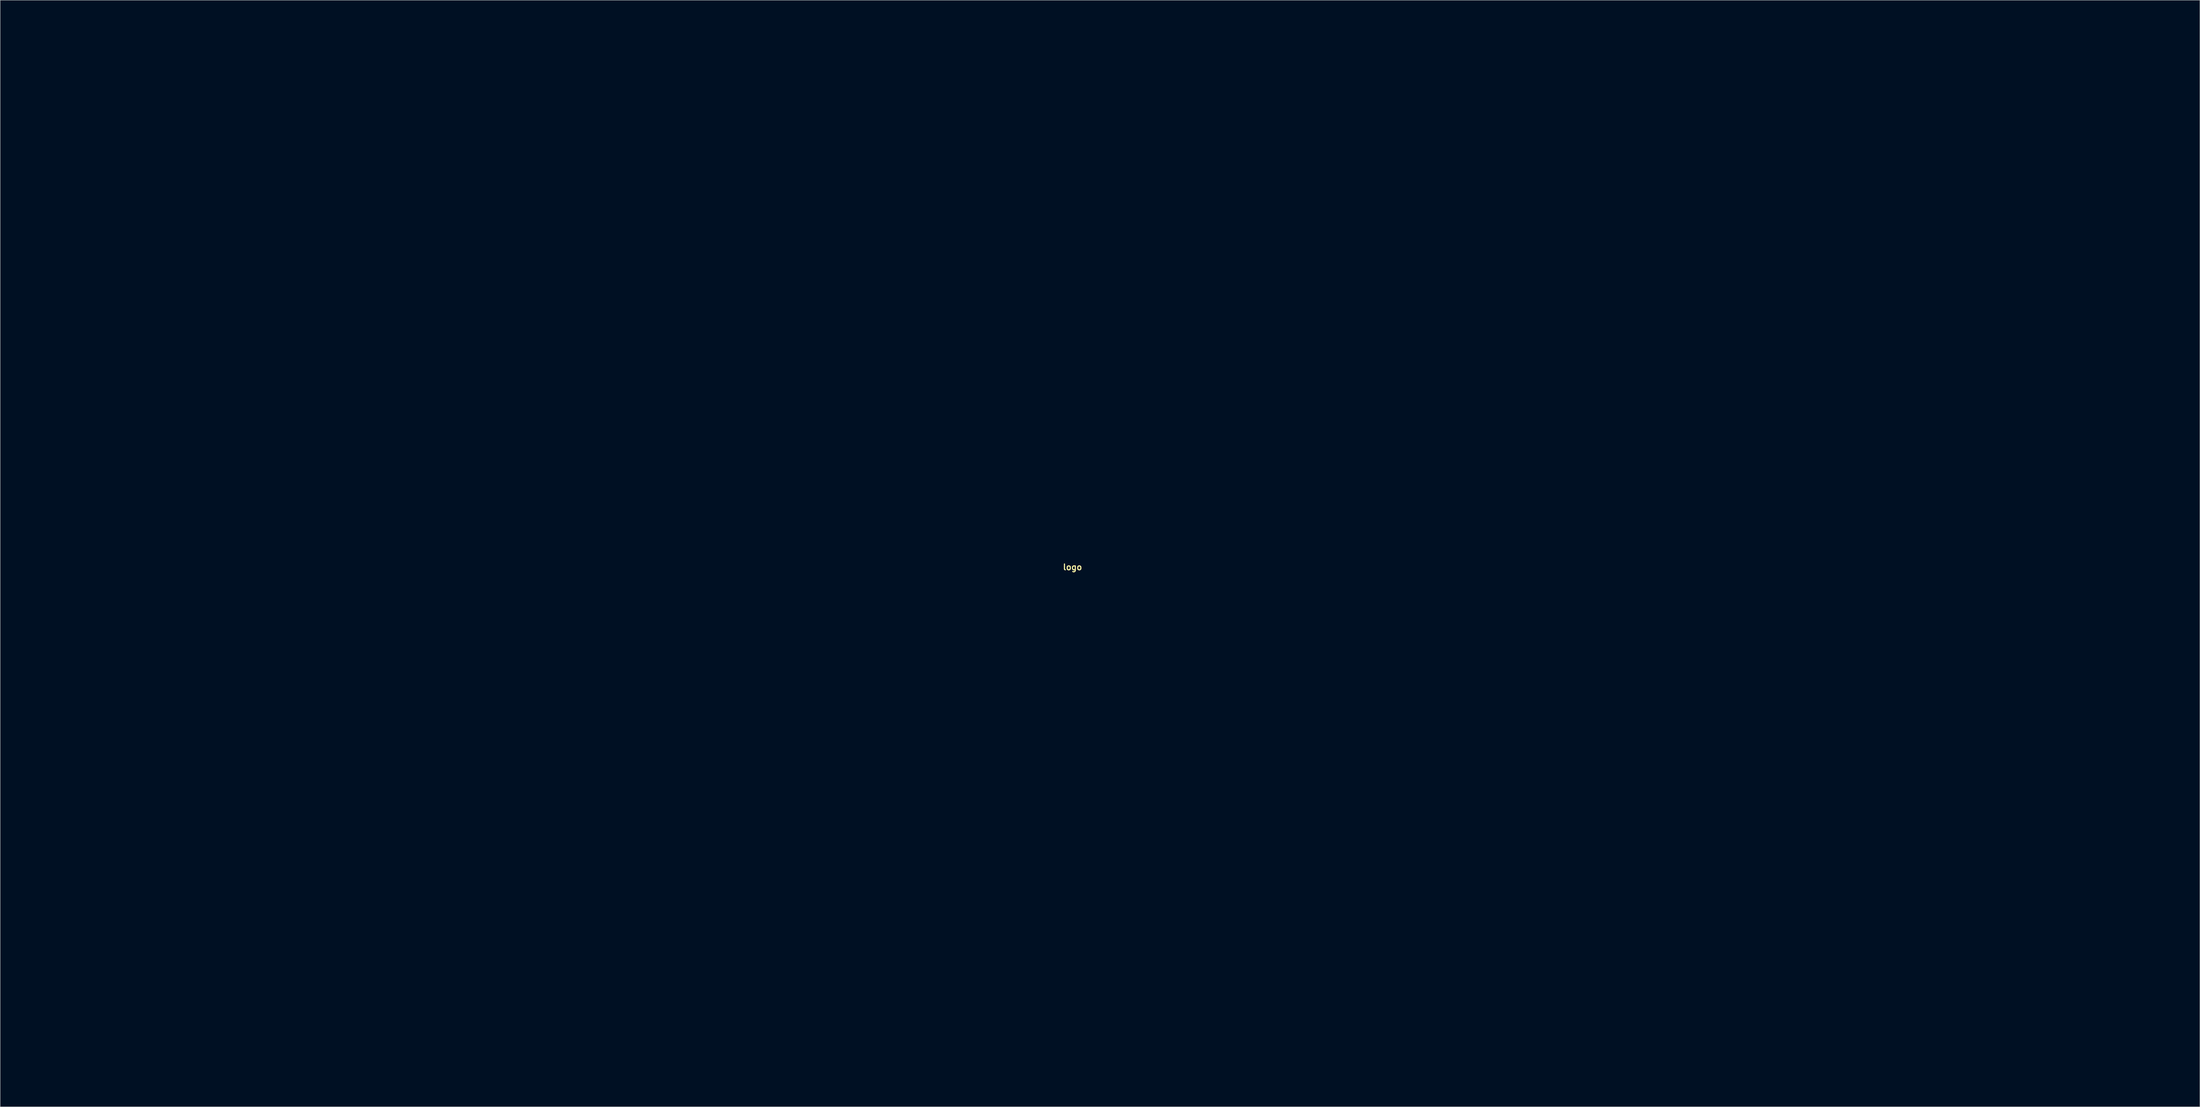
<source format=kicad_pcb>
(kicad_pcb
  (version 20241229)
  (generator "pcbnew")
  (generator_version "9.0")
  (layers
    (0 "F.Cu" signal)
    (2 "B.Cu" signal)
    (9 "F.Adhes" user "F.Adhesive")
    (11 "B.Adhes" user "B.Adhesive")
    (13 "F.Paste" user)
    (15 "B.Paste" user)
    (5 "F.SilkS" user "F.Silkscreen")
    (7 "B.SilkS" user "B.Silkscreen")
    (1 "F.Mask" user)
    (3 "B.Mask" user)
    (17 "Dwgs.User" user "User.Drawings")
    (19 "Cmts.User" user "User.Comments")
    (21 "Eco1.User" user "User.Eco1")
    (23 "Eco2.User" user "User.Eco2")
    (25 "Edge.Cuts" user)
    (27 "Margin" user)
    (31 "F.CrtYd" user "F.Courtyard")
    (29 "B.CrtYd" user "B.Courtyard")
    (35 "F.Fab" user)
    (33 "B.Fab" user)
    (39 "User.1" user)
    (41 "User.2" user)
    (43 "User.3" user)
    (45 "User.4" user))
  (footprint "logo"
    (layer "F.Cu")
    (at 277.34 145.252)
    (property "Reference" "logo" (at 0 0 0) (layer "F.SilkS") (effects (font (size 1.524 1.524) (thickness 0.3))))
    (attr through_hole)
    (fp_poly (pts (xy 104.614 -145.242) (xy 108.959 -145.208) (xy 113.069 -145.146) (xy 116.874 -145.054) (xy 120.305 -144.933) (xy 123.063 -144.796) (xy 130.473 -144.323) (xy 137.45 -143.796) (xy 144.066 -143.208) (xy 150.396 -142.549) (xy 156.511 -141.811) (xy 162.485 -140.984) (xy 168.391 -140.061) (xy 174.301 -139.031) (xy 180.086 -137.927) (xy 189.682 -135.869) (xy 198.897 -133.579) (xy 207.724 -131.062) (xy 216.157 -128.321) (xy 224.189 -125.36) (xy 231.812 -122.183) (xy 239.019 -118.792) (xy 245.805 -115.192) (xy 252.16 -111.386) (xy 258.08 -107.378) (xy 263.556 -103.171) (xy 268.581 -98.769) (xy 273.149 -94.175) (xy 277.253 -89.393) (xy 278.54 -87.725) (xy 281.788 -83.053) (xy 284.553 -78.31) (xy 286.863 -73.436) (xy 288.742 -68.369) (xy 290.216 -63.052) (xy 291.127 -58.547) (xy 291.421 -56.329) (xy 291.619 -53.746) (xy 291.722 -50.929) (xy 291.728 -48.012) (xy 291.638 -45.128) (xy 291.453 -42.409) (xy 291.171 -39.988) (xy 291.135 -39.751) (xy 289.941 -33.7) (xy 288.245 -27.645) (xy 286.045 -21.584) (xy 283.341 -15.514) (xy 280.132 -9.433) (xy 276.417 -3.337) (xy 275.717 -2.273) (xy 274.953 -1.152) (xy 274.014 0.178) (xy 272.964 1.632) (xy 271.863 3.129) (xy 270.776 4.583) (xy 269.763 5.912) (xy 268.887 7.032) (xy 268.21 7.86) (xy 267.974 8.128) (xy 267.44 8.731) (xy 266.71 9.578) (xy 265.91 10.524) (xy 265.597 10.899) (xy 263.679 13.169) (xy 261.785 15.326) (xy 259.85 17.439) (xy 257.807 19.575) (xy 255.592 21.803) (xy 253.139 24.191) (xy 250.381 26.806) (xy 249.258 27.857) (xy 247.673 29.317) (xy 245.972 30.854) (xy 244.217 32.412) (xy 242.472 33.936) (xy 240.802 35.373) (xy 239.268 36.667) (xy 237.935 37.763) (xy 236.866 38.608) (xy 236.302 39.025) (xy 235.711 39.453) (xy 234.798 40.131) (xy 233.644 40.998) (xy 232.328 41.992) (xy 230.932 43.053) (xy 229.534 44.119) (xy 228.216 45.129) (xy 227.058 46.023) (xy 226.14 46.739) (xy 225.676 47.108) (xy 225.13 47.52) (xy 224.23 48.167) (xy 223.046 49) (xy 221.646 49.972) (xy 220.101 51.033) (xy 218.477 52.136) (xy 218.386 52.197) (xy 216.766 53.292) (xy 215.223 54.336) (xy 213.824 55.283) (xy 212.638 56.087) (xy 211.732 56.703) (xy 211.174 57.084) (xy 211.15 57.1) (xy 210.105 57.797) (xy 208.695 58.702) (xy 206.996 59.77) (xy 205.081 60.955) (xy 203.027 62.211) (xy 200.908 63.492) (xy 198.798 64.752) (xy 196.773 65.945) (xy 195.954 66.422) (xy 192.897 68.178) (xy 189.946 69.838) (xy 187.016 71.447) (xy 184.022 73.048) (xy 180.878 74.689) (xy 177.501 76.413) (xy 173.804 78.265) (xy 170.942 79.682) (xy 168.344 80.961) (xy 166.142 82.042) (xy 164.278 82.952) (xy 162.694 83.718) (xy 161.332 84.367) (xy 160.132 84.927) (xy 159.038 85.426) (xy 157.989 85.891) (xy 156.929 86.349) (xy 155.798 86.827) (xy 155.067 87.133) (xy 153.657 87.736) (xy 152.08 88.435) (xy 150.603 89.109) (xy 150.114 89.338) (xy 149.127 89.793) (xy 147.84 90.364) (xy 146.335 91.018) (xy 144.691 91.723) (xy 142.988 92.443) (xy 141.306 93.146) (xy 139.726 93.799) (xy 138.326 94.366) (xy 137.188 94.816) (xy 136.39 95.115) (xy 136.125 95.202) (xy 135.644 95.367) (xy 134.739 95.701) (xy 133.46 96.185) (xy 131.855 96.8) (xy 129.973 97.528) (xy 127.863 98.349) (xy 125.573 99.245) (xy 123.153 100.197) (xy 121.539 100.834) (xy 120.278 101.315) (xy 118.625 101.918) (xy 116.673 102.613) (xy 114.514 103.367) (xy 112.24 104.149) (xy 109.943 104.926) (xy 107.716 105.668) (xy 105.651 106.343) (xy 103.84 106.919) (xy 103.378 107.062) (xy 101.862 107.535) (xy 100.468 107.981) (xy 99.285 108.369) (xy 98.406 108.671) (xy 97.921 108.857) (xy 97.917 108.859) (xy 97.236 109.127) (xy 96.124 109.511) (xy 94.642 109.992) (xy 92.85 110.554) (xy 90.808 111.178) (xy 88.577 111.847) (xy 86.215 112.543) (xy 83.784 113.249) (xy 81.342 113.947) (xy 78.952 114.619) (xy 76.671 115.247) (xy 74.561 115.815) (xy 72.682 116.303) (xy 72.009 116.473) (xy 70.506 116.853) (xy 69.167 117.203) (xy 68.073 117.502) (xy 67.304 117.728) (xy 66.941 117.858) (xy 66.929 117.865) (xy 66.618 117.977) (xy 65.871 118.192) (xy 64.746 118.494) (xy 63.301 118.871) (xy 61.593 119.307) (xy 59.682 119.787) (xy 57.624 120.298) (xy 55.478 120.825) (xy 53.303 121.353) (xy 51.155 121.867) (xy 49.094 122.354) (xy 47.244 122.783) (xy 44.531 123.394) (xy 41.587 124.036) (xy 38.463 124.7) (xy 35.208 125.375) (xy 31.873 126.054) (xy 28.506 126.725) (xy 25.158 127.379) (xy 21.879 128.008) (xy 18.719 128.601) (xy 15.727 129.15) (xy 12.953 129.644) (xy 10.447 130.074) (xy 8.258 130.43) (xy 6.437 130.704) (xy 5.034 130.885) (xy 4.424 130.944) (xy 3.668 131.023) (xy 2.558 131.163) (xy 1.243 131.345) (xy -0.128 131.549) (xy -0.148 131.552) (xy -5.663 132.362) (xy -11.564 133.154) (xy -17.728 133.915) (xy -24.032 134.63) (xy -30.354 135.286) (xy -36.571 135.869) (xy -42.562 136.366) (xy -44.577 136.516) (xy -46.397 136.651) (xy -48.255 136.794) (xy -50.014 136.935) (xy -51.539 137.063) (xy -52.695 137.166) (xy -52.705 137.167) (xy -54.96 137.349) (xy -57.662 137.513) (xy -60.749 137.659) (xy -64.159 137.785) (xy -67.831 137.891) (xy -71.704 137.975) (xy -75.716 138.035) (xy -79.807 138.073) (xy -83.914 138.085) (xy -87.976 138.071) (xy -91.931 138.03) (xy -95.719 137.961) (xy -97.282 137.923) (xy -99.535 137.857) (xy -101.907 137.777) (xy -104.273 137.689) (xy -106.505 137.598) (xy -108.475 137.507) (xy -109.982 137.427) (xy -111.971 137.314) (xy -114.214 137.189) (xy -116.496 137.066) (xy -118.605 136.955) (xy -119.634 136.902) (xy -124.574 136.589) (xy -129.829 136.138) (xy -135.327 135.559) (xy -141.001 134.864) (xy -146.781 134.065) (xy -152.598 133.173) (xy -158.383 132.201) (xy -164.067 131.158) (xy -169.58 130.058) (xy -174.854 128.912) (xy -179.819 127.731) (xy -184.407 126.526) (xy -188.087 125.453) (xy -194.383 123.474) (xy -200.188 121.566) (xy -205.515 119.725) (xy -210.374 117.945) (xy -214.778 116.223) (xy -218.739 114.553) (xy -222.269 112.931) (xy -225.378 111.353) (xy -227.584 110.112) (xy -228.541 109.552) (xy -229.717 108.875) (xy -231.014 108.135) (xy -232.334 107.388) (xy -233.581 106.689) (xy -234.657 106.091) (xy -235.464 105.652) (xy -235.839 105.456) (xy -236.493 105.089) (xy -237.473 104.483) (xy -238.692 103.698) (xy -240.062 102.791) (xy -241.498 101.82) (xy -242.912 100.844) (xy -244.217 99.921) (xy -245.326 99.108) (xy -245.364 99.08) (xy -250.045 95.355) (xy -254.419 91.465) (xy -258.435 87.46) (xy -262.046 83.388) (xy -265.201 79.299) (xy -265.321 79.131) (xy -267.826 75.328) (xy -270.087 71.356) (xy -272.059 67.309) (xy -273.699 63.281) (xy -274.963 59.365) (xy -275.429 57.531) (xy -275.691 56.384) (xy -276.004 55.018) (xy -276.302 53.712) (xy -276.329 53.594) (xy -276.77 51.341) (xy -277.08 48.97) (xy -277.266 46.385) (xy -277.335 43.491) (xy -277.313 41.608) (xy -269.946 41.608) (xy -269.643 47.051) (xy -268.847 52.411) (xy -267.558 57.681) (xy -265.778 62.856) (xy -263.505 67.928) (xy -260.74 72.892) (xy -257.483 77.742) (xy -254.596 81.447) (xy -252.115 84.261) (xy -249.257 87.188) (xy -246.11 90.146) (xy -242.767 93.054) (xy -239.319 95.829) (xy -235.855 98.39) (xy -235.54 98.611) (xy -229.584 102.512) (xy -223.175 106.21) (xy -216.329 109.703) (xy -209.06 112.985) (xy -201.385 116.051) (xy -193.317 118.898) (xy -184.873 121.522) (xy -176.067 123.917) (xy -166.915 126.08) (xy -157.432 128.006) (xy -147.634 129.691) (xy -137.535 131.131) (xy -127.15 132.32) (xy -116.496 133.256) (xy -113.538 133.466) (xy -110.793 133.639) (xy -107.718 133.807) (xy -104.438 133.967) (xy -101.077 134.114) (xy -97.763 134.241) (xy -94.618 134.344) (xy -91.768 134.417) (xy -90.043 134.448) (xy -88.492 134.471) (xy -87.007 134.496) (xy -85.712 134.522) (xy -84.727 134.546) (xy -84.328 134.558) (xy -83.774 134.563) (xy -82.774 134.557) (xy -81.39 134.541) (xy -79.684 134.514) (xy -77.719 134.479) (xy -75.555 134.437) (xy -73.256 134.388) (xy -72.263 134.365) (xy -57.54 133.851) (xy -43.069 132.982) (xy -28.726 131.747) (xy -14.391 130.135) (xy 0.061 128.136) (xy 4.318 127.478) (xy 18.024 125.155) (xy 31.609 122.545) (xy 45.055 119.656) (xy 58.34 116.495) (xy 71.448 113.071) (xy 84.356 109.391) (xy 97.048 105.462) (xy 109.502 101.293) (xy 121.7 96.891) (xy 133.622 92.265) (xy 145.249 87.422) (xy 156.562 82.369) (xy 167.541 77.115) (xy 178.167 71.667) (xy 188.42 66.033) (xy 198.281 60.222) (xy 207.731 54.24) (xy 216.75 48.095) (xy 225.319 41.796) (xy 233.299 35.449) (xy 236.497 32.739) (xy 239.799 29.825) (xy 243.122 26.786) (xy 246.381 23.704) (xy 249.493 20.657) (xy 252.373 17.726) (xy 254.937 14.99) (xy 255.4 14.478) (xy 260.528 8.504) (xy 265.152 2.553) (xy 269.274 -3.382) (xy 272.897 -9.307) (xy 276.026 -15.225) (xy 278.661 -21.144) (xy 280.807 -27.068) (xy 282.466 -33.003) (xy 283.614 -38.783) (xy 283.812 -40.37) (xy 283.97 -42.333) (xy 284.088 -44.541) (xy 284.16 -46.862) (xy 284.183 -49.165) (xy 284.156 -51.32) (xy 284.073 -53.195) (xy 283.996 -54.132) (xy 283.183 -59.575) (xy 281.885 -64.885) (xy 280.112 -70.056) (xy 277.868 -75.084) (xy 275.162 -79.966) (xy 272 -84.696) (xy 268.391 -89.271) (xy 264.34 -93.686) (xy 259.856 -97.937) (xy 254.945 -102.019) (xy 249.614 -105.928) (xy 243.871 -109.661) (xy 237.723 -113.211) (xy 231.177 -116.576) (xy 224.241 -119.75) (xy 216.92 -122.73) (xy 209.224 -125.512) (xy 201.158 -128.089) (xy 192.729 -130.46) (xy 183.946 -132.618) (xy 174.816 -134.561) (xy 165.344 -136.282) (xy 155.54 -137.779) (xy 145.409 -139.047) (xy 143.002 -139.309) (xy 133.077 -140.222) (xy 122.774 -140.906) (xy 112.17 -141.359) (xy 101.341 -141.58) (xy 90.364 -141.568) (xy 79.314 -141.321) (xy 68.268 -140.839) (xy 63.754 -140.572) (xy 48.309 -139.377) (xy 32.799 -137.754) (xy 17.262 -135.714) (xy 1.734 -133.264) (xy -13.747 -130.415) (xy -29.145 -127.175) (xy -44.423 -123.552) (xy -59.545 -119.557) (xy -74.473 -115.198) (xy -89.17 -110.485) (xy -103.6 -105.425) (xy -117.726 -100.029) (xy -131.512 -94.305) (xy -139.658 -90.692) (xy -149.766 -85.947) (xy -159.561 -81.045) (xy -169.029 -75.996) (xy -178.158 -70.811) (xy -186.933 -65.498) (xy -195.343 -60.068) (xy -203.372 -54.532) (xy -211.008 -48.899) (xy -218.238 -43.179) (xy -225.047 -37.383) (xy -231.423 -31.521) (xy -237.352 -25.602) (xy -242.821 -19.637) (xy -247.817 -13.635) (xy -252.325 -7.608) (xy -254.655 -4.191) (xy -258.289 1.695) (xy -261.431 7.547) (xy -264.081 13.359) (xy -266.239 19.126) (xy -267.904 24.84) (xy -269.077 30.496) (xy -269.758 36.088) (xy -269.946 41.608) (xy -277.313 41.608) (xy -277.298 40.318) (xy -276.991 35.193) (xy -276.324 30.176) (xy -275.282 25.208) (xy -273.847 20.228) (xy -272.003 15.176) (xy -269.734 9.993) (xy -267.999 6.477) (xy -264.515 0.211) (xy -260.525 -6.029) (xy -256.029 -12.244) (xy -251.028 -18.433) (xy -245.522 -24.594) (xy -239.512 -30.727) (xy -232.998 -36.831) (xy -225.982 -42.906) (xy -218.465 -48.951) (xy -217.551 -49.657) (xy -209.454 -55.659) (xy -200.882 -61.567) (xy -191.862 -67.367) (xy -182.423 -73.044) (xy -172.591 -78.582) (xy -162.393 -83.967) (xy -151.858 -89.183) (xy -141.011 -94.215) (xy -129.881 -99.049) (xy -121.793 -102.363) (xy -106.984 -108.036) (xy -91.852 -113.345) (xy -76.44 -118.281) (xy -60.789 -122.836) (xy -44.942 -126.999) (xy -28.939 -130.762) (xy -12.823 -134.115) (xy 3.364 -137.05) (xy 19.581 -139.557) (xy 35.786 -141.627) (xy 51.937 -143.251) (xy 67.992 -144.419) (xy 69.723 -144.517) (xy 73.449 -144.701) (xy 77.496 -144.859) (xy 81.794 -144.991) (xy 86.273 -145.096) (xy 90.864 -145.174) (xy 95.497 -145.224) (xy 100.104 -145.247) (xy 104.614 -145.242)) (stroke (width 0.01) (type solid)) (fill no) (layer "Eco2.User")))
  (gr_rect
    (start -3 -3)
    (end 572.073 286.342)
    (stroke (width 0.1) (type default))
    (fill no)
    (layer "Edge.Cuts")))
</source>
